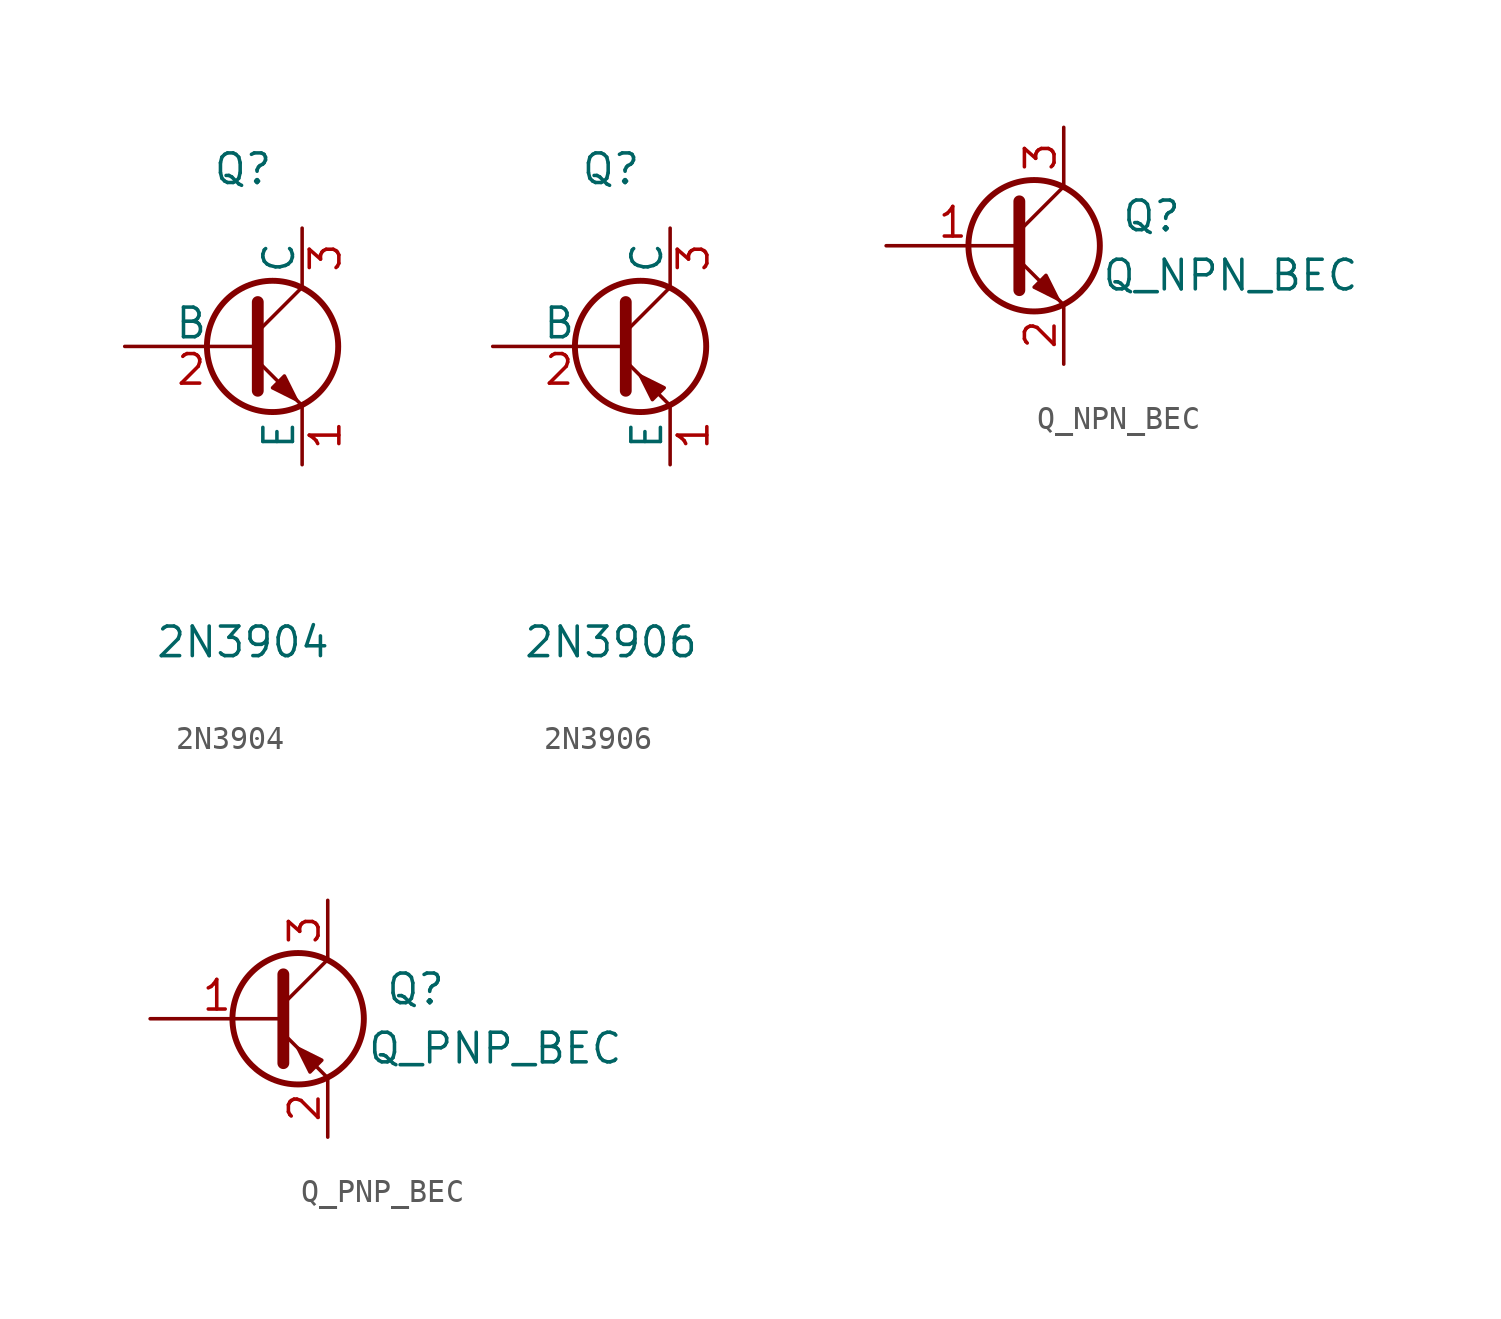
<source format=kicad_sym>
(kicad_symbol_lib
  (version 20211014)
  (generator kicad_symbol_editor)
  (symbol "2N3904"
    (pin_names
      (offset 0))
    (property "Reference" "Q"
      (at 0 7.62 0)
      (effects (font (size 1.27 1.27))))
    (property "Value" "2N3904"
      (at 0 -12.7 0)
      (effects (font (size 1.27 1.27))))
    (symbol "2N3904_1_1"
      (polyline (pts (xy 0.635 0.635) (xy 2.54 2.54)) (stroke (width 0) (type default) (color 0 0 0 0)) (fill (type none)))
      (polyline (pts (xy 0.635 -0.635) (xy 2.54 -2.54) (xy 2.54 -2.54)) (stroke (width 0) (type default) (color 0 0 0 0)) (fill (type none)))
      (polyline (pts (xy 0.635 1.905) (xy 0.635 -1.905) (xy 0.635 -1.905)) (stroke (width 0.508) (type default) (color 0 0 0 0)) (fill (type none)))
      (polyline (pts (xy 1.27 -1.778) (xy 1.778 -1.27) (xy 2.286 -2.286) (xy 1.27 -1.778) (xy 1.27 -1.778)) (stroke (width 0) (type default) (color 0 0 0 0)) (fill (type outline)))
      (circle (center 1.27 0) (radius 2.819) (stroke (width 0.254) (type default) (color 0 0 0 0)) (fill (type none)))
      (pin passive line (at 2.54 -5.08 90) (length 2.54) (name "E" (effects (font (size 1.27 1.27)))) (number "1" (effects (font (size 1.27 1.27)))))
      (pin passive line (at -5.08 0 0) (length 5.715) (name "B" (effects (font (size 1.27 1.27)))) (number "2" (effects (font (size 1.27 1.27)))))
      (pin passive line (at 2.54 5.08 270) (length 2.54) (name "C" (effects (font (size 1.27 1.27)))) (number "3" (effects (font (size 1.27 1.27)))))))
  (symbol "2N3906"
    (pin_names
      (offset 0))
    (property "Reference" "Q"
      (at 0 7.62 0)
      (effects (font (size 1.27 1.27))))
    (property "Value" "2N3906"
      (at 0 -12.7 0)
      (effects (font (size 1.27 1.27))))
    (symbol "2N3906_1_1"
      (polyline (pts (xy 0.635 0.635) (xy 2.54 2.54)) (stroke (width 0) (type default) (color 0 0 0 0)) (fill (type none)))
      (polyline (pts (xy 0.635 -0.635) (xy 2.54 -2.54) (xy 2.54 -2.54)) (stroke (width 0) (type default) (color 0 0 0 0)) (fill (type none)))
      (polyline (pts (xy 0.635 1.905) (xy 0.635 -1.905) (xy 0.635 -1.905)) (stroke (width 0.508) (type default) (color 0 0 0 0)) (fill (type none)))
      (polyline (pts (xy 2.286 -1.778) (xy 1.778 -2.286) (xy 1.27 -1.27) (xy 2.286 -1.778) (xy 2.286 -1.778)) (stroke (width 0) (type default) (color 0 0 0 0)) (fill (type outline)))
      (circle (center 1.27 0) (radius 2.819) (stroke (width 0.254) (type default) (color 0 0 0 0)) (fill (type none)))
      (pin passive line (at 2.54 -5.08 90) (length 2.54) (name "E" (effects (font (size 1.27 1.27)))) (number "1" (effects (font (size 1.27 1.27)))))
      (pin passive line (at -5.08 0 0) (length 5.715) (name "B" (effects (font (size 1.27 1.27)))) (number "2" (effects (font (size 1.27 1.27)))))
      (pin passive line (at 2.54 5.08 270) (length 2.54) (name "C" (effects (font (size 1.27 1.27)))) (number "3" (effects (font (size 1.27 1.27)))))))
  (symbol "Q_NPN_BEC"
    (pin_names
      (offset 0) hide)
    (property "Reference" "Q"
      (at 7.62 1.27 0)
      (effects (font (size 1.27 1.27)) (justify right)))
    (property "Value" "Q_NPN_BEC"
      (at 15.24 -1.27 0)
      (effects (font (size 1.27 1.27)) (justify right)))
    (property "Footprint" ""
      (at 5.08 2.54 0)
      (effects (font (size 0.737 0.737))))
    (property "Datasheet" ""
      (at 0 0 0)
      (effects (font (size 1.524 1.524))))
    (symbol "Q_NPN_BEC_0_1"
      (polyline (pts (xy 0.635 0.635) (xy 2.54 2.54)) (stroke (width 0) (type default) (color 0 0 0 0)) (fill (type none)))
      (polyline (pts (xy 0.635 -0.635) (xy 2.54 -2.54) (xy 2.54 -2.54)) (stroke (width 0) (type default) (color 0 0 0 0)) (fill (type none)))
      (polyline (pts (xy 0.635 1.905) (xy 0.635 -1.905) (xy 0.635 -1.905)) (stroke (width 0.508) (type default) (color 0 0 0 0)) (fill (type none)))
      (polyline (pts (xy 1.27 -1.778) (xy 1.778 -1.27) (xy 2.286 -2.286) (xy 1.27 -1.778) (xy 1.27 -1.778)) (stroke (width 0) (type default) (color 0 0 0 0)) (fill (type outline)))
      (circle (center 1.27 0) (radius 2.819) (stroke (width 0.254) (type default) (color 0 0 0 0)) (fill (type none))))
    (symbol "Q_NPN_BEC_1_1"
      (pin passive line (at -5.08 0 0) (length 5.715) (name "B" (effects (font (size 1.27 1.27)))) (number "1" (effects (font (size 1.27 1.27)))))
      (pin passive line (at 2.54 -5.08 90) (length 2.54) (name "E" (effects (font (size 1.27 1.27)))) (number "2" (effects (font (size 1.27 1.27)))))
      (pin passive line (at 2.54 5.08 270) (length 2.54) (name "C" (effects (font (size 1.27 1.27)))) (number "3" (effects (font (size 1.27 1.27)))))))
  (symbol "Q_PNP_BEC"
    (pin_names
      (offset 0) hide)
    (property "Reference" "Q"
      (at 7.62 1.27 0)
      (effects (font (size 1.27 1.27)) (justify right)))
    (property "Value" "Q_PNP_BEC"
      (at 15.24 -1.27 0)
      (effects (font (size 1.27 1.27)) (justify right)))
    (property "Footprint" ""
      (at 5.08 2.54 0)
      (effects (font (size 0.737 0.737))))
    (property "Datasheet" ""
      (at 0 0 0)
      (effects (font (size 1.524 1.524))))
    (symbol "Q_PNP_BEC_0_1"
      (polyline (pts (xy 0.635 0.635) (xy 2.54 2.54)) (stroke (width 0) (type default) (color 0 0 0 0)) (fill (type none)))
      (polyline (pts (xy 0.635 -0.635) (xy 2.54 -2.54) (xy 2.54 -2.54)) (stroke (width 0) (type default) (color 0 0 0 0)) (fill (type none)))
      (polyline (pts (xy 0.635 1.905) (xy 0.635 -1.905) (xy 0.635 -1.905)) (stroke (width 0.508) (type default) (color 0 0 0 0)) (fill (type none)))
      (polyline (pts (xy 2.286 -1.778) (xy 1.778 -2.286) (xy 1.27 -1.27) (xy 2.286 -1.778) (xy 2.286 -1.778)) (stroke (width 0) (type default) (color 0 0 0 0)) (fill (type outline)))
      (circle (center 1.27 0) (radius 2.819) (stroke (width 0.254) (type default) (color 0 0 0 0)) (fill (type none))))
    (symbol "Q_PNP_BEC_1_1"
      (pin passive line (at -5.08 0 0) (length 5.715) (name "B" (effects (font (size 1.27 1.27)))) (number "1" (effects (font (size 1.27 1.27)))))
      (pin passive line (at 2.54 -5.08 90) (length 2.54) (name "E" (effects (font (size 1.27 1.27)))) (number "2" (effects (font (size 1.27 1.27)))))
      (pin passive line (at 2.54 5.08 270) (length 2.54) (name "C" (effects (font (size 1.27 1.27)))) (number "3" (effects (font (size 1.27 1.27))))))))
</source>
